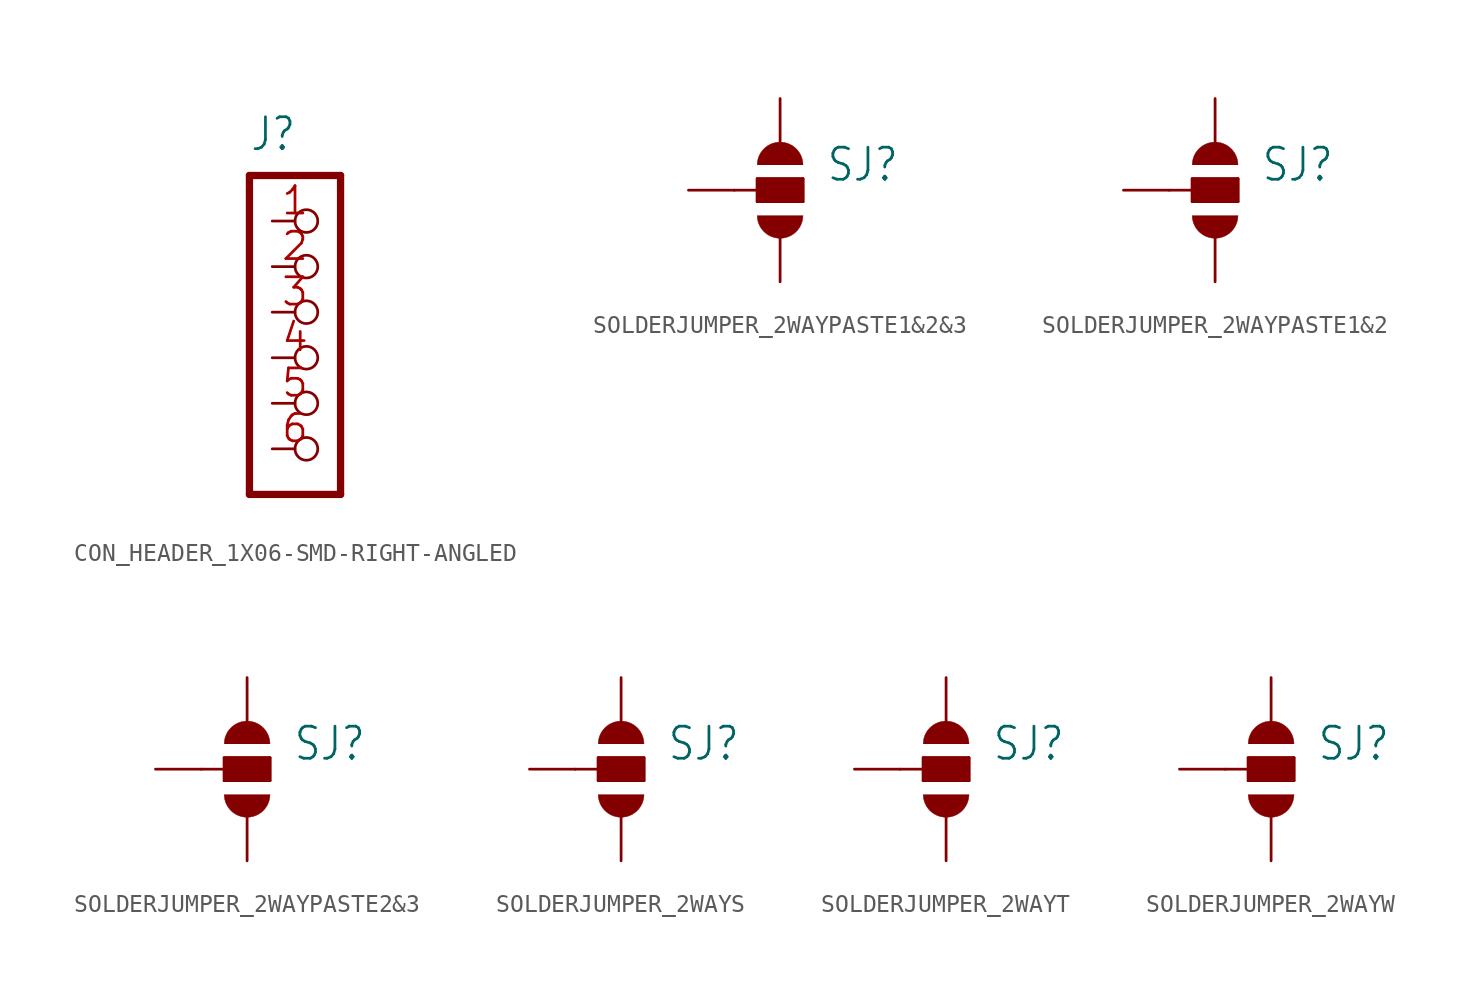
<source format=kicad_sym>
(kicad_symbol_lib
  (version 20241209)
  (generator "kicad_symbol_editor")
  (generator_version "9.0")
  (symbol "CON_HEADER_1X06-SMD-RIGHT-ANGLED"
    (property "Reference" "J"
      (at -1.27 8.89 0)
      (effects (font (size 1.778 1.511)) (justify left bottom)))
    (property "ki_locked" ""
      (at 0 0 0)
      (effects (font (size 1.27 1.27))))
    (symbol "CON_HEADER_1X06-SMD-RIGHT-ANGLED_1_0"
      (polyline (pts (xy -1.27 7.62) (xy -1.27 -10.16)) (stroke (width 0.406) (type solid)) (fill (type none)))
      (polyline (pts (xy -1.27 -10.16) (xy 3.81 -10.16)) (stroke (width 0.406) (type solid)) (fill (type none)))
      (polyline (pts (xy 3.81 7.62) (xy -1.27 7.62)) (stroke (width 0.406) (type solid)) (fill (type none)))
      (polyline (pts (xy 3.81 -10.16) (xy 3.81 7.62)) (stroke (width 0.406) (type solid)) (fill (type none)))
      (pin bidirectional inverted (at 0 5.08 0) (length 2.54) (name "1" (effects (font (size 0 0)))) (number "1" (effects (font (size 1.524 1.524)))))
      (pin bidirectional inverted (at 0 2.54 0) (length 2.54) (name "2" (effects (font (size 0 0)))) (number "2" (effects (font (size 1.524 1.524)))))
      (pin passive inverted (at 0 0 0) (length 2.54) (name "3" (effects (font (size 0 0)))) (number "3" (effects (font (size 1.524 1.524)))))
      (pin passive inverted (at 0 -2.54 0) (length 2.54) (name "4" (effects (font (size 0 0)))) (number "4" (effects (font (size 1.524 1.524)))))
      (pin passive inverted (at 0 -5.08 0) (length 2.54) (name "5" (effects (font (size 0 0)))) (number "5" (effects (font (size 1.524 1.524)))))
      (pin passive inverted (at 0 -7.62 0) (length 2.54) (name "6" (effects (font (size 0 0)))) (number "6" (effects (font (size 1.524 1.524)))))))
  (symbol "SOLDERJUMPER_2WAYPASTE1&2&3"
    (property "Reference" "SJ"
      (at 2.54 0.381 0)
      (effects (font (size 1.778 1.511)) (justify left bottom)))
    (property "Value" ""
      (at 2.54 -1.905 0)
      (effects (font (size 1.778 1.511)) (justify left bottom)))
    (property "ki_locked" ""
      (at 0 0 0)
      (effects (font (size 1.27 1.27))))
    (symbol "SOLDERJUMPER_2WAYPASTE1&2&3_1_0"
      (polyline (pts (xy -2.54 0) (xy -1.27 0)) (stroke (width 0.152) (type solid)) (fill (type none)))
      (polyline (pts (xy -1.27 0.635) (xy 1.27 0.635)) (stroke (width 0.152) (type solid)) (fill (type none)))
      (polyline (pts (xy -1.27 0) (xy -1.27 0.635)) (stroke (width 0.152) (type solid)) (fill (type none)))
      (rectangle (start -1.27 -0.635) (end 1.27 0.635) (stroke (width 0) (type default)) (fill (type outline)))
      (polyline (pts (xy -1.27 -0.635) (xy -1.27 0)) (stroke (width 0.152) (type solid)) (fill (type none)))
      (arc (start -1.27 1.397) (mid 0 2.667) (end 1.27 1.397) (stroke (width 0.0001) (type solid)) (fill (type outline)))
      (arc (start 1.27 -1.397) (mid 0 -2.667) (end -1.27 -1.397) (stroke (width 0.0001) (type solid)) (fill (type outline)))
      (polyline (pts (xy 1.27 0.635) (xy 1.27 -0.635)) (stroke (width 0.152) (type solid)) (fill (type none)))
      (polyline (pts (xy 1.27 -0.635) (xy -1.27 -0.635)) (stroke (width 0.152) (type solid)) (fill (type none)))
      (pin passive line (at -5.08 0 0) (length 2.54) (name "2" (effects (font (size 0 0)))) (number "2" (effects (font (size 0 0)))))
      (pin passive line (at 0 5.08 270) (length 2.54) (name "1" (effects (font (size 0 0)))) (number "1" (effects (font (size 0 0)))))
      (pin passive line (at 0 -5.08 90) (length 2.54) (name "3" (effects (font (size 0 0)))) (number "3" (effects (font (size 0 0)))))))
  (symbol "SOLDERJUMPER_2WAYPASTE1&2"
    (property "Reference" "SJ"
      (at 2.54 0.381 0)
      (effects (font (size 1.778 1.511)) (justify left bottom)))
    (property "Value" ""
      (at 2.54 -1.905 0)
      (effects (font (size 1.778 1.511)) (justify left bottom)))
    (property "ki_locked" ""
      (at 0 0 0)
      (effects (font (size 1.27 1.27))))
    (symbol "SOLDERJUMPER_2WAYPASTE1&2_1_0"
      (polyline (pts (xy -2.54 0) (xy -1.27 0)) (stroke (width 0.152) (type solid)) (fill (type none)))
      (polyline (pts (xy -1.27 0.635) (xy 1.27 0.635)) (stroke (width 0.152) (type solid)) (fill (type none)))
      (polyline (pts (xy -1.27 0) (xy -1.27 0.635)) (stroke (width 0.152) (type solid)) (fill (type none)))
      (rectangle (start -1.27 -0.635) (end 1.27 0.635) (stroke (width 0) (type default)) (fill (type outline)))
      (polyline (pts (xy -1.27 -0.635) (xy -1.27 0)) (stroke (width 0.152) (type solid)) (fill (type none)))
      (arc (start -1.27 1.397) (mid 0 2.667) (end 1.27 1.397) (stroke (width 0.0001) (type solid)) (fill (type outline)))
      (arc (start 1.27 -1.397) (mid 0 -2.667) (end -1.27 -1.397) (stroke (width 0.0001) (type solid)) (fill (type outline)))
      (polyline (pts (xy 1.27 0.635) (xy 1.27 -0.635)) (stroke (width 0.152) (type solid)) (fill (type none)))
      (polyline (pts (xy 1.27 -0.635) (xy -1.27 -0.635)) (stroke (width 0.152) (type solid)) (fill (type none)))
      (pin passive line (at -5.08 0 0) (length 2.54) (name "2" (effects (font (size 0 0)))) (number "2" (effects (font (size 0 0)))))
      (pin passive line (at 0 5.08 270) (length 2.54) (name "1" (effects (font (size 0 0)))) (number "1" (effects (font (size 0 0)))))
      (pin passive line (at 0 -5.08 90) (length 2.54) (name "3" (effects (font (size 0 0)))) (number "3" (effects (font (size 0 0)))))))
  (symbol "SOLDERJUMPER_2WAYPASTE2&3"
    (property "Reference" "SJ"
      (at 2.54 0.381 0)
      (effects (font (size 1.778 1.511)) (justify left bottom)))
    (property "Value" ""
      (at 2.54 -1.905 0)
      (effects (font (size 1.778 1.511)) (justify left bottom)))
    (property "ki_locked" ""
      (at 0 0 0)
      (effects (font (size 1.27 1.27))))
    (symbol "SOLDERJUMPER_2WAYPASTE2&3_1_0"
      (polyline (pts (xy -2.54 0) (xy -1.27 0)) (stroke (width 0.152) (type solid)) (fill (type none)))
      (polyline (pts (xy -1.27 0.635) (xy 1.27 0.635)) (stroke (width 0.152) (type solid)) (fill (type none)))
      (polyline (pts (xy -1.27 0) (xy -1.27 0.635)) (stroke (width 0.152) (type solid)) (fill (type none)))
      (rectangle (start -1.27 -0.635) (end 1.27 0.635) (stroke (width 0) (type default)) (fill (type outline)))
      (polyline (pts (xy -1.27 -0.635) (xy -1.27 0)) (stroke (width 0.152) (type solid)) (fill (type none)))
      (arc (start -1.27 1.397) (mid 0 2.667) (end 1.27 1.397) (stroke (width 0.0001) (type solid)) (fill (type outline)))
      (arc (start 1.27 -1.397) (mid 0 -2.667) (end -1.27 -1.397) (stroke (width 0.0001) (type solid)) (fill (type outline)))
      (polyline (pts (xy 1.27 0.635) (xy 1.27 -0.635)) (stroke (width 0.152) (type solid)) (fill (type none)))
      (polyline (pts (xy 1.27 -0.635) (xy -1.27 -0.635)) (stroke (width 0.152) (type solid)) (fill (type none)))
      (pin passive line (at -5.08 0 0) (length 2.54) (name "2" (effects (font (size 0 0)))) (number "2" (effects (font (size 0 0)))))
      (pin passive line (at 0 5.08 270) (length 2.54) (name "1" (effects (font (size 0 0)))) (number "1" (effects (font (size 0 0)))))
      (pin passive line (at 0 -5.08 90) (length 2.54) (name "3" (effects (font (size 0 0)))) (number "3" (effects (font (size 0 0)))))))
  (symbol "SOLDERJUMPER_2WAYS"
    (property "Reference" "SJ"
      (at 2.54 0.381 0)
      (effects (font (size 1.778 1.511)) (justify left bottom)))
    (property "Value" ""
      (at 2.54 -1.905 0)
      (effects (font (size 1.778 1.511)) (justify left bottom)))
    (property "ki_locked" ""
      (at 0 0 0)
      (effects (font (size 1.27 1.27))))
    (symbol "SOLDERJUMPER_2WAYS_1_0"
      (polyline (pts (xy -2.54 0) (xy -1.27 0)) (stroke (width 0.152) (type solid)) (fill (type none)))
      (polyline (pts (xy -1.27 0.635) (xy 1.27 0.635)) (stroke (width 0.152) (type solid)) (fill (type none)))
      (polyline (pts (xy -1.27 0) (xy -1.27 0.635)) (stroke (width 0.152) (type solid)) (fill (type none)))
      (rectangle (start -1.27 -0.635) (end 1.27 0.635) (stroke (width 0) (type default)) (fill (type outline)))
      (polyline (pts (xy -1.27 -0.635) (xy -1.27 0)) (stroke (width 0.152) (type solid)) (fill (type none)))
      (arc (start -1.27 1.397) (mid 0 2.667) (end 1.27 1.397) (stroke (width 0.0001) (type solid)) (fill (type outline)))
      (arc (start 1.27 -1.397) (mid 0 -2.667) (end -1.27 -1.397) (stroke (width 0.0001) (type solid)) (fill (type outline)))
      (polyline (pts (xy 1.27 0.635) (xy 1.27 -0.635)) (stroke (width 0.152) (type solid)) (fill (type none)))
      (polyline (pts (xy 1.27 -0.635) (xy -1.27 -0.635)) (stroke (width 0.152) (type solid)) (fill (type none)))
      (pin passive line (at -5.08 0 0) (length 2.54) (name "2" (effects (font (size 0 0)))) (number "2" (effects (font (size 0 0)))))
      (pin passive line (at 0 5.08 270) (length 2.54) (name "1" (effects (font (size 0 0)))) (number "1" (effects (font (size 0 0)))))
      (pin passive line (at 0 -5.08 90) (length 2.54) (name "3" (effects (font (size 0 0)))) (number "3" (effects (font (size 0 0)))))))
  (symbol "SOLDERJUMPER_2WAYT"
    (property "Reference" "SJ"
      (at 2.54 0.381 0)
      (effects (font (size 1.778 1.511)) (justify left bottom)))
    (property "Value" ""
      (at 2.54 -1.905 0)
      (effects (font (size 1.778 1.511)) (justify left bottom)))
    (property "ki_locked" ""
      (at 0 0 0)
      (effects (font (size 1.27 1.27))))
    (symbol "SOLDERJUMPER_2WAYT_1_0"
      (polyline (pts (xy -2.54 0) (xy -1.27 0)) (stroke (width 0.152) (type solid)) (fill (type none)))
      (polyline (pts (xy -1.27 0.635) (xy 1.27 0.635)) (stroke (width 0.152) (type solid)) (fill (type none)))
      (polyline (pts (xy -1.27 0) (xy -1.27 0.635)) (stroke (width 0.152) (type solid)) (fill (type none)))
      (rectangle (start -1.27 -0.635) (end 1.27 0.635) (stroke (width 0) (type default)) (fill (type outline)))
      (polyline (pts (xy -1.27 -0.635) (xy -1.27 0)) (stroke (width 0.152) (type solid)) (fill (type none)))
      (arc (start -1.27 1.397) (mid 0 2.667) (end 1.27 1.397) (stroke (width 0.0001) (type solid)) (fill (type outline)))
      (arc (start 1.27 -1.397) (mid 0 -2.667) (end -1.27 -1.397) (stroke (width 0.0001) (type solid)) (fill (type outline)))
      (polyline (pts (xy 1.27 0.635) (xy 1.27 -0.635)) (stroke (width 0.152) (type solid)) (fill (type none)))
      (polyline (pts (xy 1.27 -0.635) (xy -1.27 -0.635)) (stroke (width 0.152) (type solid)) (fill (type none)))
      (pin passive line (at -5.08 0 0) (length 2.54) (name "2" (effects (font (size 0 0)))) (number "2" (effects (font (size 0 0)))))
      (pin passive line (at 0 5.08 270) (length 2.54) (name "1" (effects (font (size 0 0)))) (number "1" (effects (font (size 0 0)))))
      (pin passive line (at 0 -5.08 90) (length 2.54) (name "3" (effects (font (size 0 0)))) (number "3" (effects (font (size 0 0)))))))
  (symbol "SOLDERJUMPER_2WAYW"
    (property "Reference" "SJ"
      (at 2.54 0.381 0)
      (effects (font (size 1.778 1.511)) (justify left bottom)))
    (property "Value" ""
      (at 2.54 -1.905 0)
      (effects (font (size 1.778 1.511)) (justify left bottom)))
    (property "ki_locked" ""
      (at 0 0 0)
      (effects (font (size 1.27 1.27))))
    (symbol "SOLDERJUMPER_2WAYW_1_0"
      (polyline (pts (xy -2.54 0) (xy -1.27 0)) (stroke (width 0.152) (type solid)) (fill (type none)))
      (polyline (pts (xy -1.27 0.635) (xy 1.27 0.635)) (stroke (width 0.152) (type solid)) (fill (type none)))
      (polyline (pts (xy -1.27 0) (xy -1.27 0.635)) (stroke (width 0.152) (type solid)) (fill (type none)))
      (rectangle (start -1.27 -0.635) (end 1.27 0.635) (stroke (width 0) (type default)) (fill (type outline)))
      (polyline (pts (xy -1.27 -0.635) (xy -1.27 0)) (stroke (width 0.152) (type solid)) (fill (type none)))
      (arc (start -1.27 1.397) (mid 0 2.667) (end 1.27 1.397) (stroke (width 0.0001) (type solid)) (fill (type outline)))
      (arc (start 1.27 -1.397) (mid 0 -2.667) (end -1.27 -1.397) (stroke (width 0.0001) (type solid)) (fill (type outline)))
      (polyline (pts (xy 1.27 0.635) (xy 1.27 -0.635)) (stroke (width 0.152) (type solid)) (fill (type none)))
      (polyline (pts (xy 1.27 -0.635) (xy -1.27 -0.635)) (stroke (width 0.152) (type solid)) (fill (type none)))
      (pin passive line (at -5.08 0 0) (length 2.54) (name "2" (effects (font (size 0 0)))) (number "2" (effects (font (size 0 0)))))
      (pin passive line (at 0 5.08 270) (length 2.54) (name "1" (effects (font (size 0 0)))) (number "1" (effects (font (size 0 0)))))
      (pin passive line (at 0 -5.08 90) (length 2.54) (name "3" (effects (font (size 0 0)))) (number "3" (effects (font (size 0 0))))))))
</source>
